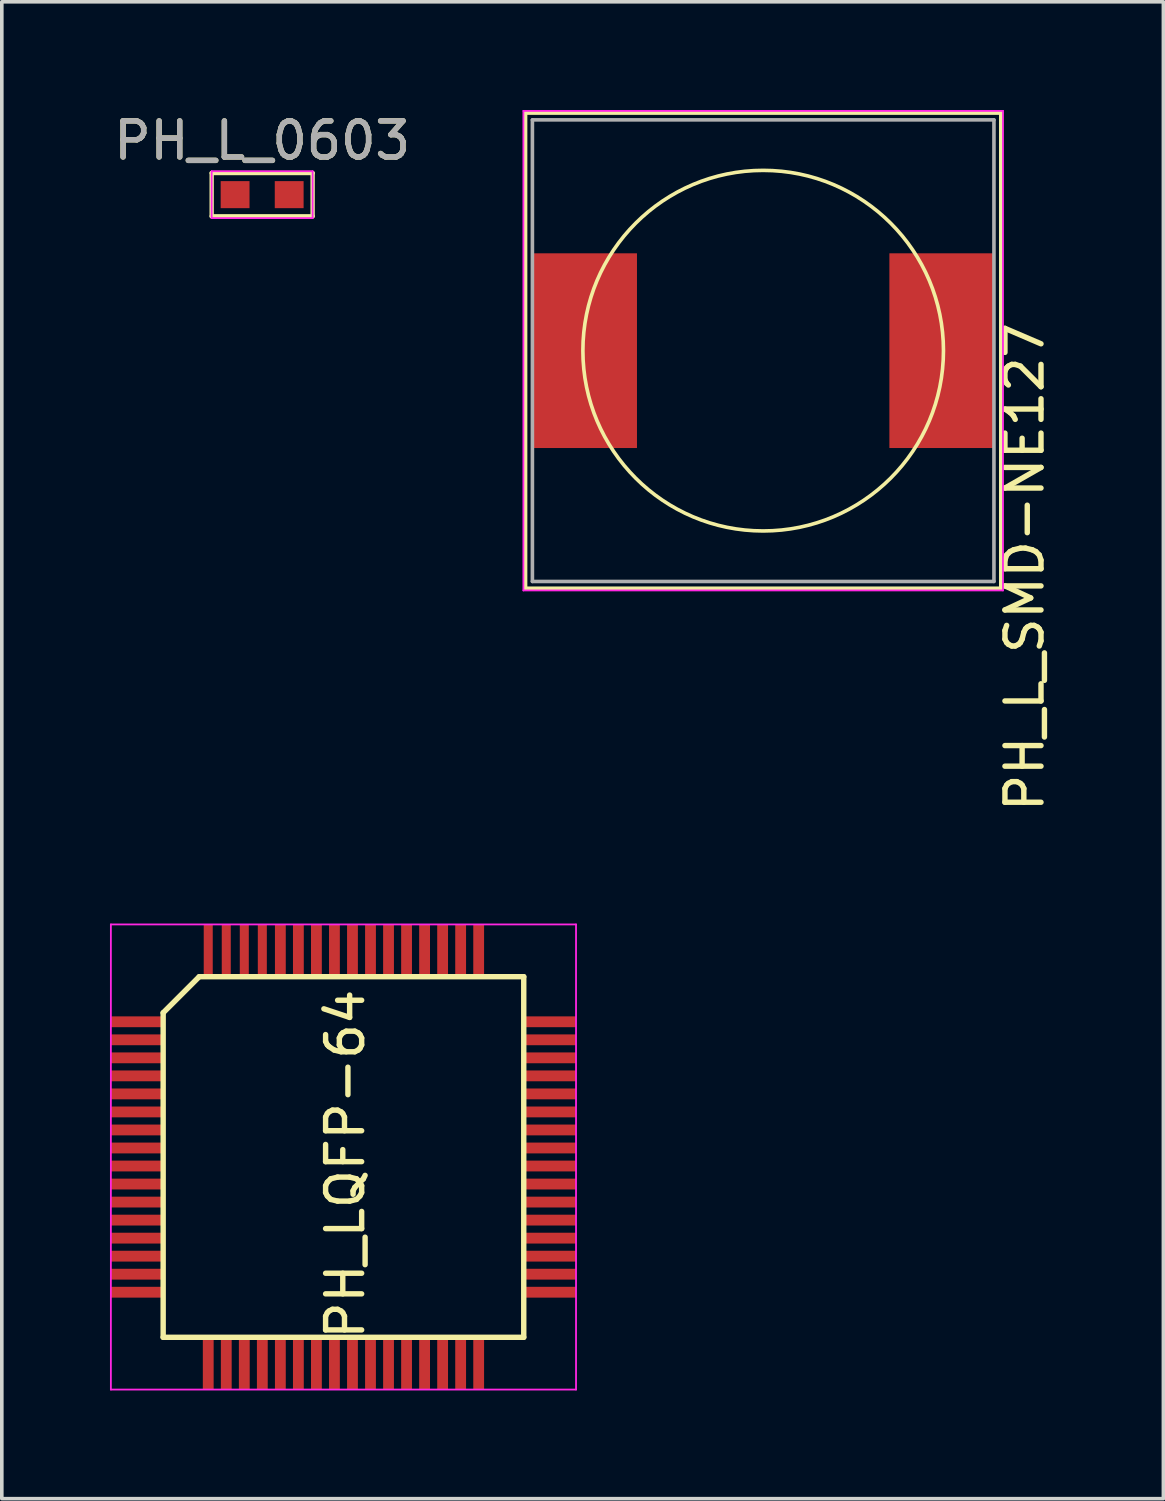
<source format=kicad_pcb>
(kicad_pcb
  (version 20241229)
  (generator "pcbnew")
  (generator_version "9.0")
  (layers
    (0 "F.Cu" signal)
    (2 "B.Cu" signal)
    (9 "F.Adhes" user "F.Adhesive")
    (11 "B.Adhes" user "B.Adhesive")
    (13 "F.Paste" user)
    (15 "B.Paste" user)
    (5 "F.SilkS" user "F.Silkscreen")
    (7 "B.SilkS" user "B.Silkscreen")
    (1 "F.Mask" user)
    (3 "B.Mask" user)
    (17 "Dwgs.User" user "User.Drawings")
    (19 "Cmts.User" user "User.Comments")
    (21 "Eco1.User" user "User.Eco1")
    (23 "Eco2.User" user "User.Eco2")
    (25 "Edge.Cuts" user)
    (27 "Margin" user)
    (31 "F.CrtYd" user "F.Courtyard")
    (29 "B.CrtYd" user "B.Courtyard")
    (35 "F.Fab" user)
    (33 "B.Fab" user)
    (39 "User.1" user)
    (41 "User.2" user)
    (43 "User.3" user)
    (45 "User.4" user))
  (footprint "PH_L_SMD-NE127"
    (layer "F.Cu")
    (at 18.115 6.675)
    (property "Reference" "PH_L_SMD-NE127" (at 7.25 6 90) (layer "F.SilkS") (effects (font (size 1 1) (thickness 0.15))))
    (attr smd)
    (fp_line (start -6.6 -6.6) (end 6.6 -6.6) (stroke (width 0.12) (type solid)) (layer "F.SilkS"))
    (fp_line (start -6.6 6.6) (end -6.6 -6.6) (stroke (width 0.12) (type solid)) (layer "F.SilkS"))
    (fp_line (start 6.6 -6.6) (end 6.6 6.6) (stroke (width 0.12) (type solid)) (layer "F.SilkS"))
    (fp_line (start 6.6 6.6) (end -6.6 6.6) (stroke (width 0.12) (type solid)) (layer "F.SilkS"))
    (fp_circle (center 0 0) (end 5 0) (stroke (width 0.1) (type solid)) (fill no) (layer "F.SilkS"))
    (fp_line (start -6.65 -6.65) (end -6.65 6.65) (stroke (width 0.05) (type solid)) (layer "F.CrtYd"))
    (fp_line (start -6.65 -6.65) (end 6.65 -6.65) (stroke (width 0.05) (type solid)) (layer "F.CrtYd"))
    (fp_line (start 6.65 6.65) (end -6.65 6.65) (stroke (width 0.05) (type solid)) (layer "F.CrtYd"))
    (fp_line (start 6.65 6.65) (end 6.65 -6.65) (stroke (width 0.05) (type solid)) (layer "F.CrtYd"))
    (fp_line (start -6.4 -6.4) (end 6.4 -6.4) (stroke (width 0.1) (type solid)) (layer "F.Fab"))
    (fp_line (start -6.4 6.4) (end -6.4 -6.4) (stroke (width 0.1) (type solid)) (layer "F.Fab"))
    (fp_line (start 6.4 -6.4) (end 6.4 6.4) (stroke (width 0.1) (type solid)) (layer "F.Fab"))
    (fp_line (start 6.4 6.4) (end -6.4 6.4) (stroke (width 0.1) (type solid)) (layer "F.Fab"))
    (pad "1" smd rect (at -4.95 0) (size 2.9 5.4) (layers "F.Cu" "F.Mask" "F.Paste"))
    (pad "2" smd rect (at 4.95 0) (size 2.9 5.4) (layers "F.Cu" "F.Mask" "F.Paste")))
  (footprint "PH_LQFP-64"
    (layer "F.Cu")
    (at 6.475 29.037)
    (property "Reference" "PH_LQFP-64" (at 0.05 0.2 90) (layer "F.SilkS") (effects (font (size 1 1) (thickness 0.15))))
    (attr smd)
    (fp_line (start -5 -4) (end -4 -5) (stroke (width 0.15) (type solid)) (layer "F.SilkS"))
    (fp_line (start -5 5) (end -5 -4) (stroke (width 0.15) (type solid)) (layer "F.SilkS"))
    (fp_line (start -4 -5) (end 5 -5) (stroke (width 0.15) (type solid)) (layer "F.SilkS"))
    (fp_line (start 5 -5) (end 5 5) (stroke (width 0.15) (type solid)) (layer "F.SilkS"))
    (fp_line (start 5 5) (end -5 5) (stroke (width 0.15) (type solid)) (layer "F.SilkS"))
    (fp_line (start -6.45 -6.45) (end -6.45 6.45) (stroke (width 0.05) (type solid)) (layer "F.CrtYd"))
    (fp_line (start -6.45 -6.45) (end 6.45 -6.45) (stroke (width 0.05) (type solid)) (layer "F.CrtYd"))
    (fp_line (start -6.45 6.45) (end 6.45 6.45) (stroke (width 0.05) (type solid)) (layer "F.CrtYd"))
    (fp_line (start 6.45 -6.45) (end 6.45 6.45) (stroke (width 0.05) (type solid)) (layer "F.CrtYd"))
    (pad "1" smd rect (at -5.7 -3.75) (size 1.5 0.3) (layers "F.Cu" "F.Mask" "F.Paste"))
    (pad "2" smd rect (at -5.7 -3.25) (size 1.5 0.3) (layers "F.Cu" "F.Mask" "F.Paste"))
    (pad "3" smd rect (at -5.7 -2.75) (size 1.5 0.3) (layers "F.Cu" "F.Mask" "F.Paste"))
    (pad "4" smd rect (at -5.7 -2.25) (size 1.5 0.3) (layers "F.Cu" "F.Mask" "F.Paste"))
    (pad "5" smd rect (at -5.7 -1.75) (size 1.5 0.3) (layers "F.Cu" "F.Mask" "F.Paste"))
    (pad "6" smd rect (at -5.7 -1.25) (size 1.5 0.3) (layers "F.Cu" "F.Mask" "F.Paste"))
    (pad "7" smd rect (at -5.7 -0.75) (size 1.5 0.3) (layers "F.Cu" "F.Mask" "F.Paste"))
    (pad "8" smd rect (at -5.7 -0.25) (size 1.5 0.3) (layers "F.Cu" "F.Mask" "F.Paste"))
    (pad "9" smd rect (at -5.7 0.25) (size 1.5 0.3) (layers "F.Cu" "F.Mask" "F.Paste"))
    (pad "10" smd rect (at -5.7 0.75) (size 1.5 0.3) (layers "F.Cu" "F.Mask" "F.Paste"))
    (pad "11" smd rect (at -5.7 1.25) (size 1.5 0.3) (layers "F.Cu" "F.Mask" "F.Paste"))
    (pad "12" smd rect (at -5.7 1.75) (size 1.5 0.3) (layers "F.Cu" "F.Mask" "F.Paste"))
    (pad "13" smd rect (at -5.7 2.25) (size 1.5 0.3) (layers "F.Cu" "F.Mask" "F.Paste"))
    (pad "14" smd rect (at -5.7 2.75) (size 1.5 0.3) (layers "F.Cu" "F.Mask" "F.Paste"))
    (pad "15" smd rect (at -5.7 3.25) (size 1.5 0.3) (layers "F.Cu" "F.Mask" "F.Paste"))
    (pad "16" smd rect (at -5.7 3.75) (size 1.5 0.3) (layers "F.Cu" "F.Mask" "F.Paste"))
    (pad "17" smd rect (at -3.75 5.7 90) (size 1.5 0.3) (layers "F.Cu" "F.Mask" "F.Paste"))
    (pad "18" smd rect (at -3.25 5.7 90) (size 1.5 0.3) (layers "F.Cu" "F.Mask" "F.Paste"))
    (pad "19" smd rect (at -2.75 5.7 90) (size 1.5 0.3) (layers "F.Cu" "F.Mask" "F.Paste"))
    (pad "20" smd rect (at -2.25 5.7 90) (size 1.5 0.3) (layers "F.Cu" "F.Mask" "F.Paste"))
    (pad "21" smd rect (at -1.75 5.7 90) (size 1.5 0.3) (layers "F.Cu" "F.Mask" "F.Paste"))
    (pad "22" smd rect (at -1.25 5.7 90) (size 1.5 0.3) (layers "F.Cu" "F.Mask" "F.Paste"))
    (pad "23" smd rect (at -0.75 5.7 90) (size 1.5 0.3) (layers "F.Cu" "F.Mask" "F.Paste"))
    (pad "24" smd rect (at -0.25 5.7 90) (size 1.5 0.3) (layers "F.Cu" "F.Mask" "F.Paste"))
    (pad "25" smd rect (at 0.25 5.7 90) (size 1.5 0.3) (layers "F.Cu" "F.Mask" "F.Paste"))
    (pad "26" smd rect (at 0.75 5.7 90) (size 1.5 0.3) (layers "F.Cu" "F.Mask" "F.Paste"))
    (pad "27" smd rect (at 1.25 5.7 90) (size 1.5 0.3) (layers "F.Cu" "F.Mask" "F.Paste"))
    (pad "28" smd rect (at 1.75 5.7 90) (size 1.5 0.3) (layers "F.Cu" "F.Mask" "F.Paste"))
    (pad "29" smd rect (at 2.25 5.7 90) (size 1.5 0.3) (layers "F.Cu" "F.Mask" "F.Paste"))
    (pad "30" smd rect (at 2.75 5.7 90) (size 1.5 0.3) (layers "F.Cu" "F.Mask" "F.Paste"))
    (pad "31" smd rect (at 3.25 5.7 90) (size 1.5 0.3) (layers "F.Cu" "F.Mask" "F.Paste"))
    (pad "32" smd rect (at 3.75 5.7 90) (size 1.5 0.3) (layers "F.Cu" "F.Mask" "F.Paste"))
    (pad "33" smd rect (at 5.7 3.75) (size 1.5 0.3) (layers "F.Cu" "F.Mask" "F.Paste"))
    (pad "34" smd rect (at 5.7 3.25) (size 1.5 0.3) (layers "F.Cu" "F.Mask" "F.Paste"))
    (pad "35" smd rect (at 5.7 2.75) (size 1.5 0.3) (layers "F.Cu" "F.Mask" "F.Paste"))
    (pad "36" smd rect (at 5.7 2.25) (size 1.5 0.3) (layers "F.Cu" "F.Mask" "F.Paste"))
    (pad "37" smd rect (at 5.7 1.75) (size 1.5 0.3) (layers "F.Cu" "F.Mask" "F.Paste"))
    (pad "38" smd rect (at 5.7 1.25) (size 1.5 0.3) (layers "F.Cu" "F.Mask" "F.Paste"))
    (pad "39" smd rect (at 5.7 0.75) (size 1.5 0.3) (layers "F.Cu" "F.Mask" "F.Paste"))
    (pad "40" smd rect (at 5.7 0.25) (size 1.5 0.3) (layers "F.Cu" "F.Mask" "F.Paste"))
    (pad "41" smd rect (at 5.7 -0.25) (size 1.5 0.3) (layers "F.Cu" "F.Mask" "F.Paste"))
    (pad "42" smd rect (at 5.7 -0.75) (size 1.5 0.3) (layers "F.Cu" "F.Mask" "F.Paste"))
    (pad "43" smd rect (at 5.7 -1.25) (size 1.5 0.3) (layers "F.Cu" "F.Mask" "F.Paste"))
    (pad "44" smd rect (at 5.7 -1.75) (size 1.5 0.3) (layers "F.Cu" "F.Mask" "F.Paste"))
    (pad "45" smd rect (at 5.7 -2.25) (size 1.5 0.3) (layers "F.Cu" "F.Mask" "F.Paste"))
    (pad "46" smd rect (at 5.7 -2.75) (size 1.5 0.3) (layers "F.Cu" "F.Mask" "F.Paste"))
    (pad "47" smd rect (at 5.7 -3.25) (size 1.5 0.3) (layers "F.Cu" "F.Mask" "F.Paste"))
    (pad "48" smd rect (at 5.7 -3.75) (size 1.5 0.3) (layers "F.Cu" "F.Mask" "F.Paste"))
    (pad "49" smd rect (at 3.75 -5.7 90) (size 1.5 0.3) (layers "F.Cu" "F.Mask" "F.Paste"))
    (pad "50" smd rect (at 3.25 -5.7 90) (size 1.5 0.3) (layers "F.Cu" "F.Mask" "F.Paste"))
    (pad "51" smd rect (at 2.75 -5.7 90) (size 1.5 0.3) (layers "F.Cu" "F.Mask" "F.Paste"))
    (pad "52" smd rect (at 2.25 -5.7 90) (size 1.5 0.3) (layers "F.Cu" "F.Mask" "F.Paste"))
    (pad "53" smd rect (at 1.75 -5.7 90) (size 1.5 0.3) (layers "F.Cu" "F.Mask" "F.Paste"))
    (pad "54" smd rect (at 1.25 -5.7 90) (size 1.5 0.3) (layers "F.Cu" "F.Mask" "F.Paste"))
    (pad "55" smd rect (at 0.75 -5.7 90) (size 1.5 0.3) (layers "F.Cu" "F.Mask" "F.Paste"))
    (pad "56" smd rect (at 0.25 -5.7 90) (size 1.5 0.3) (layers "F.Cu" "F.Mask" "F.Paste"))
    (pad "57" smd rect (at -0.25 -5.7 90) (size 1.5 0.3) (layers "F.Cu" "F.Mask" "F.Paste"))
    (pad "58" smd rect (at -0.75 -5.7 90) (size 1.5 0.3) (layers "F.Cu" "F.Mask" "F.Paste"))
    (pad "59" smd rect (at -1.25 -5.7 90) (size 1.5 0.3) (layers "F.Cu" "F.Mask" "F.Paste"))
    (pad "60" smd rect (at -1.75 -5.7 90) (size 1.5 0.3) (layers "F.Cu" "F.Mask" "F.Paste"))
    (pad "61" smd rect (at -2.25 -5.7 90) (size 1.5 0.25) (layers "F.Cu" "F.Mask" "F.Paste"))
    (pad "62" smd rect (at -2.75 -5.7 90) (size 1.5 0.25) (layers "F.Cu" "F.Mask" "F.Paste"))
    (pad "63" smd rect (at -3.25 -5.7 90) (size 1.5 0.25) (layers "F.Cu" "F.Mask" "F.Paste"))
    (pad "64" smd rect (at -3.75 -5.7 90) (size 1.5 0.25) (layers "F.Cu" "F.Mask" "F.Paste")))
  (footprint "PH_L_0603"
    (layer "F.Cu")
    (at 4.22 2.348)
    (property "Reference" "PH_L_0603" (at 0 -1.5 0) (layer "F.SilkS") (effects (font (size 1 1) (thickness 0.15))))
    (attr smd)
    (fp_line (start -1.4 -0.6) (end -1.4 0.6) (stroke (width 0.12) (type solid)) (layer "F.SilkS"))
    (fp_line (start -1.4 -0.6) (end 1.4 -0.6) (stroke (width 0.12) (type solid)) (layer "F.SilkS"))
    (fp_line (start 1.4 -0.6) (end 1.4 0.6) (stroke (width 0.12) (type solid)) (layer "F.SilkS"))
    (fp_line (start 1.4 0.6) (end -1.4 0.6) (stroke (width 0.12) (type solid)) (layer "F.SilkS"))
    (fp_line (start -1.4 -0.65) (end -1.4 0.65) (stroke (width 0.05) (type solid)) (layer "F.CrtYd"))
    (fp_line (start -1.4 -0.65) (end 1.4 -0.65) (stroke (width 0.05) (type solid)) (layer "F.CrtYd"))
    (fp_line (start 1.4 0.65) (end -1.4 0.65) (stroke (width 0.05) (type solid)) (layer "F.CrtYd"))
    (fp_line (start 1.4 0.65) (end 1.4 -0.65) (stroke (width 0.05) (type solid)) (layer "F.CrtYd"))
    (fp_text user "${REFERENCE}" (at 0 -1.5 0) (layer "F.Fab") (effects (font (size 1 1) (thickness 0.15))))
    (pad "1" smd rect (at -0.75 0) (size 0.8 0.75) (layers "F.Cu" "F.Mask" "F.Paste"))
    (pad "2" smd rect (at 0.75 0) (size 0.8 0.75) (layers "F.Cu" "F.Mask" "F.Paste")))
  (gr_rect
    (start -3 -3)
    (end 29.214 38.512)
    (stroke (width 0.1) (type default))
    (fill no)
    (layer "Edge.Cuts")))
</source>
